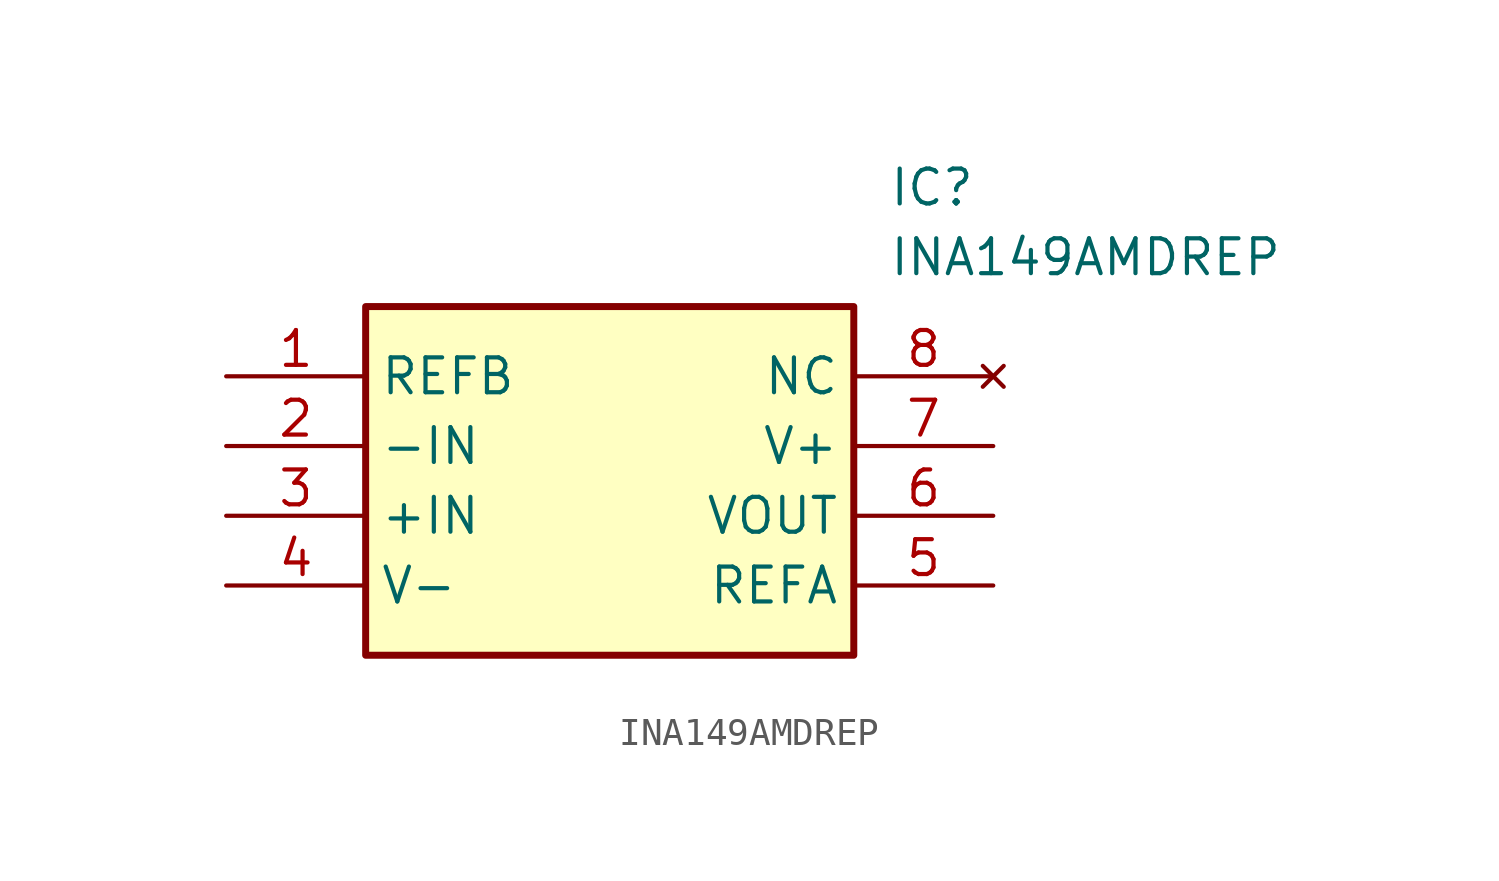
<source format=kicad_sym>
(kicad_symbol_lib
  (version 20211014)
  (generator SamacSys_ECAD_Model)
  (symbol "INA149AMDREP"
    (property "Reference" "IC"
      (at 24.13 7.62 0)
      (effects (font (size 1.27 1.27)) (justify left top)))
    (property "Value" "INA149AMDREP"
      (at 24.13 5.08 0)
      (effects (font (size 1.27 1.27)) (justify left top)))
    (rectangle
      (start 5.08 2.54)
      (end 22.86 -10.16)
      (stroke (width 0.254) (type default))
      (fill (type background)))
    (pin passive line
      (at 0 0 0)
      (length 5.08)
      (name "REFB" (effects (font (size 1.27 1.27))))
      (number "1" (effects (font (size 1.27 1.27)))))
    (pin passive line
      (at 0 -2.54 0)
      (length 5.08)
      (name "-IN" (effects (font (size 1.27 1.27))))
      (number "2" (effects (font (size 1.27 1.27)))))
    (pin passive line
      (at 0 -5.08 0)
      (length 5.08)
      (name "+IN" (effects (font (size 1.27 1.27))))
      (number "3" (effects (font (size 1.27 1.27)))))
    (pin passive line
      (at 0 -7.62 0)
      (length 5.08)
      (name "V-" (effects (font (size 1.27 1.27))))
      (number "4" (effects (font (size 1.27 1.27)))))
    (pin no_connect line
      (at 27.94 0 180)
      (length 5.08)
      (name "NC" (effects (font (size 1.27 1.27))))
      (number "8" (effects (font (size 1.27 1.27)))))
    (pin passive line
      (at 27.94 -2.54 180)
      (length 5.08)
      (name "V+" (effects (font (size 1.27 1.27))))
      (number "7" (effects (font (size 1.27 1.27)))))
    (pin passive line
      (at 27.94 -5.08 180)
      (length 5.08)
      (name "VOUT" (effects (font (size 1.27 1.27))))
      (number "6" (effects (font (size 1.27 1.27)))))
    (pin passive line
      (at 27.94 -7.62 180)
      (length 5.08)
      (name "REFA" (effects (font (size 1.27 1.27))))
      (number "5" (effects (font (size 1.27 1.27)))))))
</source>
